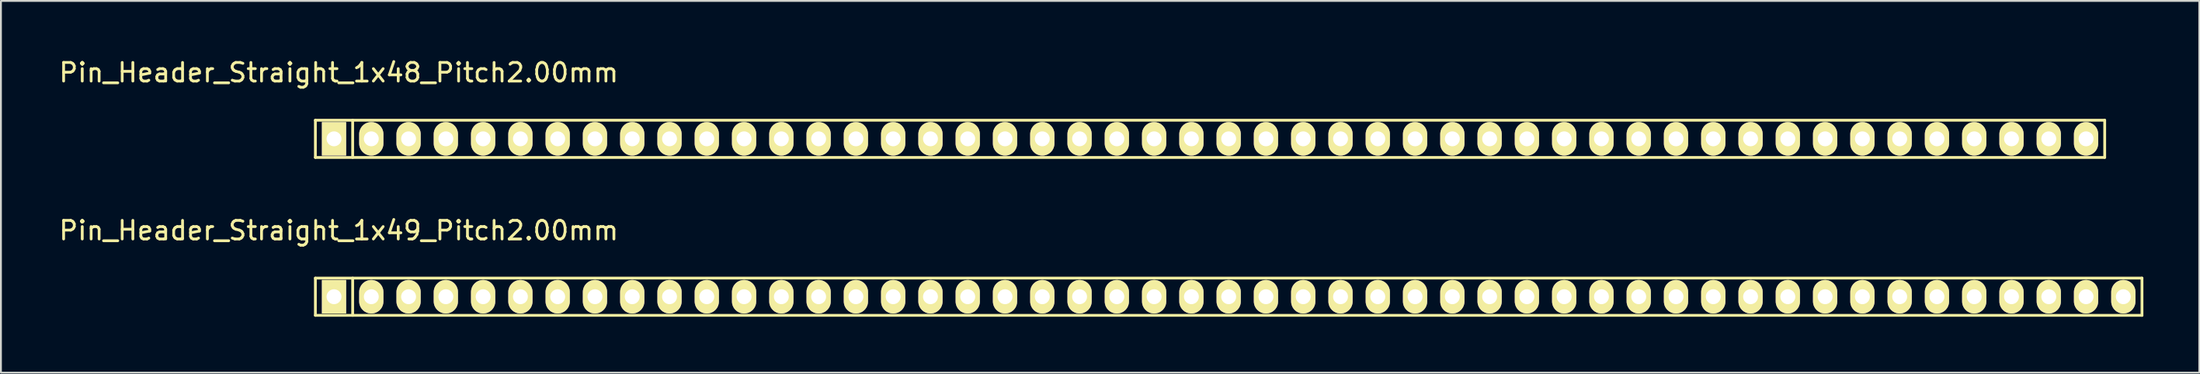
<source format=kicad_pcb>
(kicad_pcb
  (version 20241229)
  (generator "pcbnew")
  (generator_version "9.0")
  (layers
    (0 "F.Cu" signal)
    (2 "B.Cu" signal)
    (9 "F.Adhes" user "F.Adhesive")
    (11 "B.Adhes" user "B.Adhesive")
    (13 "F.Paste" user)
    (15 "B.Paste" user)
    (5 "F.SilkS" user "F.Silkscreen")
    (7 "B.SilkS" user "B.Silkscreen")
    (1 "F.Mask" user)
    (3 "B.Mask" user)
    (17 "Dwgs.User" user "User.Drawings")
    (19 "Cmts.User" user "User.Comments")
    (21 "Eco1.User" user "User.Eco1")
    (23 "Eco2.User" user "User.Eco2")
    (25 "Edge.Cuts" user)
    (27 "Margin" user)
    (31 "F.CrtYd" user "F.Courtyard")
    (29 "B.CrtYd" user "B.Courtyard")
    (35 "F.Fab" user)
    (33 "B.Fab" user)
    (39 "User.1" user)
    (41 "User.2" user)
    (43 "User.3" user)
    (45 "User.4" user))
  (footprint "Pin_Header_Straight_1x49_Pitch2.00mm"
    (layer "F.Cu")
    (at 14.871 12.883)
    (property "Reference" "Pin_Header_Straight_1x49_Pitch2.00mm" (at 0.254 -3.556 0) (layer "F.SilkS") (effects (font (size 1 1) (thickness 0.15))))
    (attr through_hole)
    (fp_line (start -1 -1) (end 97 -1) (stroke (width 0.15) (type solid)) (layer "F.SilkS"))
    (fp_line (start -1 1) (end -1 -1) (stroke (width 0.15) (type solid)) (layer "F.SilkS"))
    (fp_line (start 1 -1) (end 1 1) (stroke (width 0.15) (type solid)) (layer "F.SilkS"))
    (fp_line (start 97 -1) (end 97 1) (stroke (width 0.15) (type solid)) (layer "F.SilkS"))
    (fp_line (start 97 1) (end -1 1) (stroke (width 0.15) (type solid)) (layer "F.SilkS"))
    (pad "1" thru_hole rect (at 0 0) (size 1.3 1.8) (drill 0.8) (layers "*.Cu" "*.Mask" "F.SilkS"))
    (pad "2" thru_hole oval (at 2 0) (size 1.3 1.8) (drill 0.8) (layers "*.Cu" "*.Mask" "F.SilkS"))
    (pad "3" thru_hole oval (at 4 0) (size 1.3 1.8) (drill 0.8) (layers "*.Cu" "*.Mask" "F.SilkS"))
    (pad "4" thru_hole oval (at 6 0) (size 1.3 1.8) (drill 0.8) (layers "*.Cu" "*.Mask" "F.SilkS"))
    (pad "5" thru_hole oval (at 8 0) (size 1.3 1.8) (drill 0.8) (layers "*.Cu" "*.Mask" "F.SilkS"))
    (pad "6" thru_hole oval (at 10 0) (size 1.3 1.8) (drill 0.8) (layers "*.Cu" "*.Mask" "F.SilkS"))
    (pad "7" thru_hole oval (at 12 0) (size 1.3 1.8) (drill 0.8) (layers "*.Cu" "*.Mask" "F.SilkS"))
    (pad "8" thru_hole oval (at 14 0) (size 1.3 1.8) (drill 0.8) (layers "*.Cu" "*.Mask" "F.SilkS"))
    (pad "9" thru_hole oval (at 16 0) (size 1.3 1.8) (drill 0.8) (layers "*.Cu" "*.Mask" "F.SilkS"))
    (pad "10" thru_hole oval (at 18 0) (size 1.3 1.8) (drill 0.8) (layers "*.Cu" "*.Mask" "F.SilkS"))
    (pad "11" thru_hole oval (at 20 0) (size 1.3 1.8) (drill 0.8) (layers "*.Cu" "*.Mask" "F.SilkS"))
    (pad "12" thru_hole oval (at 22 0) (size 1.3 1.8) (drill 0.8) (layers "*.Cu" "*.Mask" "F.SilkS"))
    (pad "13" thru_hole oval (at 24 0) (size 1.3 1.8) (drill 0.8) (layers "*.Cu" "*.Mask" "F.SilkS"))
    (pad "14" thru_hole oval (at 26 0) (size 1.3 1.8) (drill 0.8) (layers "*.Cu" "*.Mask" "F.SilkS"))
    (pad "15" thru_hole oval (at 28 0) (size 1.3 1.8) (drill 0.8) (layers "*.Cu" "*.Mask" "F.SilkS"))
    (pad "16" thru_hole oval (at 30 0) (size 1.3 1.8) (drill 0.8) (layers "*.Cu" "*.Mask" "F.SilkS"))
    (pad "17" thru_hole oval (at 32 0) (size 1.3 1.8) (drill 0.8) (layers "*.Cu" "*.Mask" "F.SilkS"))
    (pad "18" thru_hole oval (at 34 0) (size 1.3 1.8) (drill 0.8) (layers "*.Cu" "*.Mask" "F.SilkS"))
    (pad "19" thru_hole oval (at 36 0) (size 1.3 1.8) (drill 0.8) (layers "*.Cu" "*.Mask" "F.SilkS"))
    (pad "20" thru_hole oval (at 38 0) (size 1.3 1.8) (drill 0.8) (layers "*.Cu" "*.Mask" "F.SilkS"))
    (pad "21" thru_hole oval (at 40 0) (size 1.3 1.8) (drill 0.8) (layers "*.Cu" "*.Mask" "F.SilkS"))
    (pad "22" thru_hole oval (at 42 0) (size 1.3 1.8) (drill 0.8) (layers "*.Cu" "*.Mask" "F.SilkS"))
    (pad "23" thru_hole oval (at 44 0) (size 1.3 1.8) (drill 0.8) (layers "*.Cu" "*.Mask" "F.SilkS"))
    (pad "24" thru_hole oval (at 46 0) (size 1.3 1.8) (drill 0.8) (layers "*.Cu" "*.Mask" "F.SilkS"))
    (pad "25" thru_hole oval (at 48 0) (size 1.3 1.8) (drill 0.8) (layers "*.Cu" "*.Mask" "F.SilkS"))
    (pad "26" thru_hole oval (at 50 0) (size 1.3 1.8) (drill 0.8) (layers "*.Cu" "*.Mask" "F.SilkS"))
    (pad "27" thru_hole oval (at 52 0) (size 1.3 1.8) (drill 0.8) (layers "*.Cu" "*.Mask" "F.SilkS"))
    (pad "28" thru_hole oval (at 54 0) (size 1.3 1.8) (drill 0.8) (layers "*.Cu" "*.Mask" "F.SilkS"))
    (pad "29" thru_hole oval (at 56 0) (size 1.3 1.8) (drill 0.8) (layers "*.Cu" "*.Mask" "F.SilkS"))
    (pad "30" thru_hole oval (at 58 0) (size 1.3 1.8) (drill 0.8) (layers "*.Cu" "*.Mask" "F.SilkS"))
    (pad "31" thru_hole oval (at 60 0) (size 1.3 1.8) (drill 0.8) (layers "*.Cu" "*.Mask" "F.SilkS"))
    (pad "32" thru_hole oval (at 62 0) (size 1.3 1.8) (drill 0.8) (layers "*.Cu" "*.Mask" "F.SilkS"))
    (pad "33" thru_hole oval (at 64 0) (size 1.3 1.8) (drill 0.8) (layers "*.Cu" "*.Mask" "F.SilkS"))
    (pad "34" thru_hole oval (at 66 0) (size 1.3 1.8) (drill 0.8) (layers "*.Cu" "*.Mask" "F.SilkS"))
    (pad "35" thru_hole oval (at 68 0) (size 1.3 1.8) (drill 0.8) (layers "*.Cu" "*.Mask" "F.SilkS"))
    (pad "36" thru_hole oval (at 70 0) (size 1.3 1.8) (drill 0.8) (layers "*.Cu" "*.Mask" "F.SilkS"))
    (pad "37" thru_hole oval (at 72 0) (size 1.3 1.8) (drill 0.8) (layers "*.Cu" "*.Mask" "F.SilkS"))
    (pad "38" thru_hole oval (at 74 0) (size 1.3 1.8) (drill 0.8) (layers "*.Cu" "*.Mask" "F.SilkS"))
    (pad "39" thru_hole oval (at 76 0) (size 1.3 1.8) (drill 0.8) (layers "*.Cu" "*.Mask" "F.SilkS"))
    (pad "40" thru_hole oval (at 78 0) (size 1.3 1.8) (drill 0.8) (layers "*.Cu" "*.Mask" "F.SilkS"))
    (pad "41" thru_hole oval (at 80 0) (size 1.3 1.8) (drill 0.8) (layers "*.Cu" "*.Mask" "F.SilkS"))
    (pad "42" thru_hole oval (at 82 0) (size 1.3 1.8) (drill 0.8) (layers "*.Cu" "*.Mask" "F.SilkS"))
    (pad "43" thru_hole oval (at 84 0) (size 1.3 1.8) (drill 0.8) (layers "*.Cu" "*.Mask" "F.SilkS"))
    (pad "44" thru_hole oval (at 86 0) (size 1.3 1.8) (drill 0.8) (layers "*.Cu" "*.Mask" "F.SilkS"))
    (pad "45" thru_hole oval (at 88 0) (size 1.3 1.8) (drill 0.8) (layers "*.Cu" "*.Mask" "F.SilkS"))
    (pad "46" thru_hole oval (at 90 0) (size 1.3 1.8) (drill 0.8) (layers "*.Cu" "*.Mask" "F.SilkS"))
    (pad "47" thru_hole oval (at 92 0) (size 1.3 1.8) (drill 0.8) (layers "*.Cu" "*.Mask" "F.SilkS"))
    (pad "48" thru_hole oval (at 94 0) (size 1.3 1.8) (drill 0.8) (layers "*.Cu" "*.Mask" "F.SilkS"))
    (pad "49" thru_hole oval (at 96 0) (size 1.3 1.8) (drill 0.8) (layers "*.Cu" "*.Mask" "F.SilkS")))
  (footprint "Pin_Header_Straight_1x48_Pitch2.00mm"
    (layer "F.Cu")
    (at 14.871 4.404)
    (property "Reference" "Pin_Header_Straight_1x48_Pitch2.00mm" (at 0.254 -3.556 0) (layer "F.SilkS") (effects (font (size 1 1) (thickness 0.15))))
    (attr through_hole)
    (fp_line (start -1 -1) (end 95 -1) (stroke (width 0.15) (type solid)) (layer "F.SilkS"))
    (fp_line (start -1 1) (end -1 -1) (stroke (width 0.15) (type solid)) (layer "F.SilkS"))
    (fp_line (start 1 -1) (end 1 1) (stroke (width 0.15) (type solid)) (layer "F.SilkS"))
    (fp_line (start 95 -1) (end 95 1) (stroke (width 0.15) (type solid)) (layer "F.SilkS"))
    (fp_line (start 95 1) (end -1 1) (stroke (width 0.15) (type solid)) (layer "F.SilkS"))
    (pad "1" thru_hole rect (at 0 0) (size 1.3 1.8) (drill 0.8) (layers "*.Cu" "*.Mask" "F.SilkS"))
    (pad "2" thru_hole oval (at 2 0) (size 1.3 1.8) (drill 0.8) (layers "*.Cu" "*.Mask" "F.SilkS"))
    (pad "3" thru_hole oval (at 4 0) (size 1.3 1.8) (drill 0.8) (layers "*.Cu" "*.Mask" "F.SilkS"))
    (pad "4" thru_hole oval (at 6 0) (size 1.3 1.8) (drill 0.8) (layers "*.Cu" "*.Mask" "F.SilkS"))
    (pad "5" thru_hole oval (at 8 0) (size 1.3 1.8) (drill 0.8) (layers "*.Cu" "*.Mask" "F.SilkS"))
    (pad "6" thru_hole oval (at 10 0) (size 1.3 1.8) (drill 0.8) (layers "*.Cu" "*.Mask" "F.SilkS"))
    (pad "7" thru_hole oval (at 12 0) (size 1.3 1.8) (drill 0.8) (layers "*.Cu" "*.Mask" "F.SilkS"))
    (pad "8" thru_hole oval (at 14 0) (size 1.3 1.8) (drill 0.8) (layers "*.Cu" "*.Mask" "F.SilkS"))
    (pad "9" thru_hole oval (at 16 0) (size 1.3 1.8) (drill 0.8) (layers "*.Cu" "*.Mask" "F.SilkS"))
    (pad "10" thru_hole oval (at 18 0) (size 1.3 1.8) (drill 0.8) (layers "*.Cu" "*.Mask" "F.SilkS"))
    (pad "11" thru_hole oval (at 20 0) (size 1.3 1.8) (drill 0.8) (layers "*.Cu" "*.Mask" "F.SilkS"))
    (pad "12" thru_hole oval (at 22 0) (size 1.3 1.8) (drill 0.8) (layers "*.Cu" "*.Mask" "F.SilkS"))
    (pad "13" thru_hole oval (at 24 0) (size 1.3 1.8) (drill 0.8) (layers "*.Cu" "*.Mask" "F.SilkS"))
    (pad "14" thru_hole oval (at 26 0) (size 1.3 1.8) (drill 0.8) (layers "*.Cu" "*.Mask" "F.SilkS"))
    (pad "15" thru_hole oval (at 28 0) (size 1.3 1.8) (drill 0.8) (layers "*.Cu" "*.Mask" "F.SilkS"))
    (pad "16" thru_hole oval (at 30 0) (size 1.3 1.8) (drill 0.8) (layers "*.Cu" "*.Mask" "F.SilkS"))
    (pad "17" thru_hole oval (at 32 0) (size 1.3 1.8) (drill 0.8) (layers "*.Cu" "*.Mask" "F.SilkS"))
    (pad "18" thru_hole oval (at 34 0) (size 1.3 1.8) (drill 0.8) (layers "*.Cu" "*.Mask" "F.SilkS"))
    (pad "19" thru_hole oval (at 36 0) (size 1.3 1.8) (drill 0.8) (layers "*.Cu" "*.Mask" "F.SilkS"))
    (pad "20" thru_hole oval (at 38 0) (size 1.3 1.8) (drill 0.8) (layers "*.Cu" "*.Mask" "F.SilkS"))
    (pad "21" thru_hole oval (at 40 0) (size 1.3 1.8) (drill 0.8) (layers "*.Cu" "*.Mask" "F.SilkS"))
    (pad "22" thru_hole oval (at 42 0) (size 1.3 1.8) (drill 0.8) (layers "*.Cu" "*.Mask" "F.SilkS"))
    (pad "23" thru_hole oval (at 44 0) (size 1.3 1.8) (drill 0.8) (layers "*.Cu" "*.Mask" "F.SilkS"))
    (pad "24" thru_hole oval (at 46 0) (size 1.3 1.8) (drill 0.8) (layers "*.Cu" "*.Mask" "F.SilkS"))
    (pad "25" thru_hole oval (at 48 0) (size 1.3 1.8) (drill 0.8) (layers "*.Cu" "*.Mask" "F.SilkS"))
    (pad "26" thru_hole oval (at 50 0) (size 1.3 1.8) (drill 0.8) (layers "*.Cu" "*.Mask" "F.SilkS"))
    (pad "27" thru_hole oval (at 52 0) (size 1.3 1.8) (drill 0.8) (layers "*.Cu" "*.Mask" "F.SilkS"))
    (pad "28" thru_hole oval (at 54 0) (size 1.3 1.8) (drill 0.8) (layers "*.Cu" "*.Mask" "F.SilkS"))
    (pad "29" thru_hole oval (at 56 0) (size 1.3 1.8) (drill 0.8) (layers "*.Cu" "*.Mask" "F.SilkS"))
    (pad "30" thru_hole oval (at 58 0) (size 1.3 1.8) (drill 0.8) (layers "*.Cu" "*.Mask" "F.SilkS"))
    (pad "31" thru_hole oval (at 60 0) (size 1.3 1.8) (drill 0.8) (layers "*.Cu" "*.Mask" "F.SilkS"))
    (pad "32" thru_hole oval (at 62 0) (size 1.3 1.8) (drill 0.8) (layers "*.Cu" "*.Mask" "F.SilkS"))
    (pad "33" thru_hole oval (at 64 0) (size 1.3 1.8) (drill 0.8) (layers "*.Cu" "*.Mask" "F.SilkS"))
    (pad "34" thru_hole oval (at 66 0) (size 1.3 1.8) (drill 0.8) (layers "*.Cu" "*.Mask" "F.SilkS"))
    (pad "35" thru_hole oval (at 68 0) (size 1.3 1.8) (drill 0.8) (layers "*.Cu" "*.Mask" "F.SilkS"))
    (pad "36" thru_hole oval (at 70 0) (size 1.3 1.8) (drill 0.8) (layers "*.Cu" "*.Mask" "F.SilkS"))
    (pad "37" thru_hole oval (at 72 0) (size 1.3 1.8) (drill 0.8) (layers "*.Cu" "*.Mask" "F.SilkS"))
    (pad "38" thru_hole oval (at 74 0) (size 1.3 1.8) (drill 0.8) (layers "*.Cu" "*.Mask" "F.SilkS"))
    (pad "39" thru_hole oval (at 76 0) (size 1.3 1.8) (drill 0.8) (layers "*.Cu" "*.Mask" "F.SilkS"))
    (pad "40" thru_hole oval (at 78 0) (size 1.3 1.8) (drill 0.8) (layers "*.Cu" "*.Mask" "F.SilkS"))
    (pad "41" thru_hole oval (at 80 0) (size 1.3 1.8) (drill 0.8) (layers "*.Cu" "*.Mask" "F.SilkS"))
    (pad "42" thru_hole oval (at 82 0) (size 1.3 1.8) (drill 0.8) (layers "*.Cu" "*.Mask" "F.SilkS"))
    (pad "43" thru_hole oval (at 84 0) (size 1.3 1.8) (drill 0.8) (layers "*.Cu" "*.Mask" "F.SilkS"))
    (pad "44" thru_hole oval (at 86 0) (size 1.3 1.8) (drill 0.8) (layers "*.Cu" "*.Mask" "F.SilkS"))
    (pad "45" thru_hole oval (at 88 0) (size 1.3 1.8) (drill 0.8) (layers "*.Cu" "*.Mask" "F.SilkS"))
    (pad "46" thru_hole oval (at 90 0) (size 1.3 1.8) (drill 0.8) (layers "*.Cu" "*.Mask" "F.SilkS"))
    (pad "47" thru_hole oval (at 92 0) (size 1.3 1.8) (drill 0.8) (layers "*.Cu" "*.Mask" "F.SilkS"))
    (pad "48" thru_hole oval (at 94 0) (size 1.3 1.8) (drill 0.8) (layers "*.Cu" "*.Mask" "F.SilkS")))
  (gr_rect
    (start -3 -3)
    (end 114.946 16.959)
    (stroke (width 0.1) (type default))
    (fill no)
    (layer "Edge.Cuts")))
</source>
